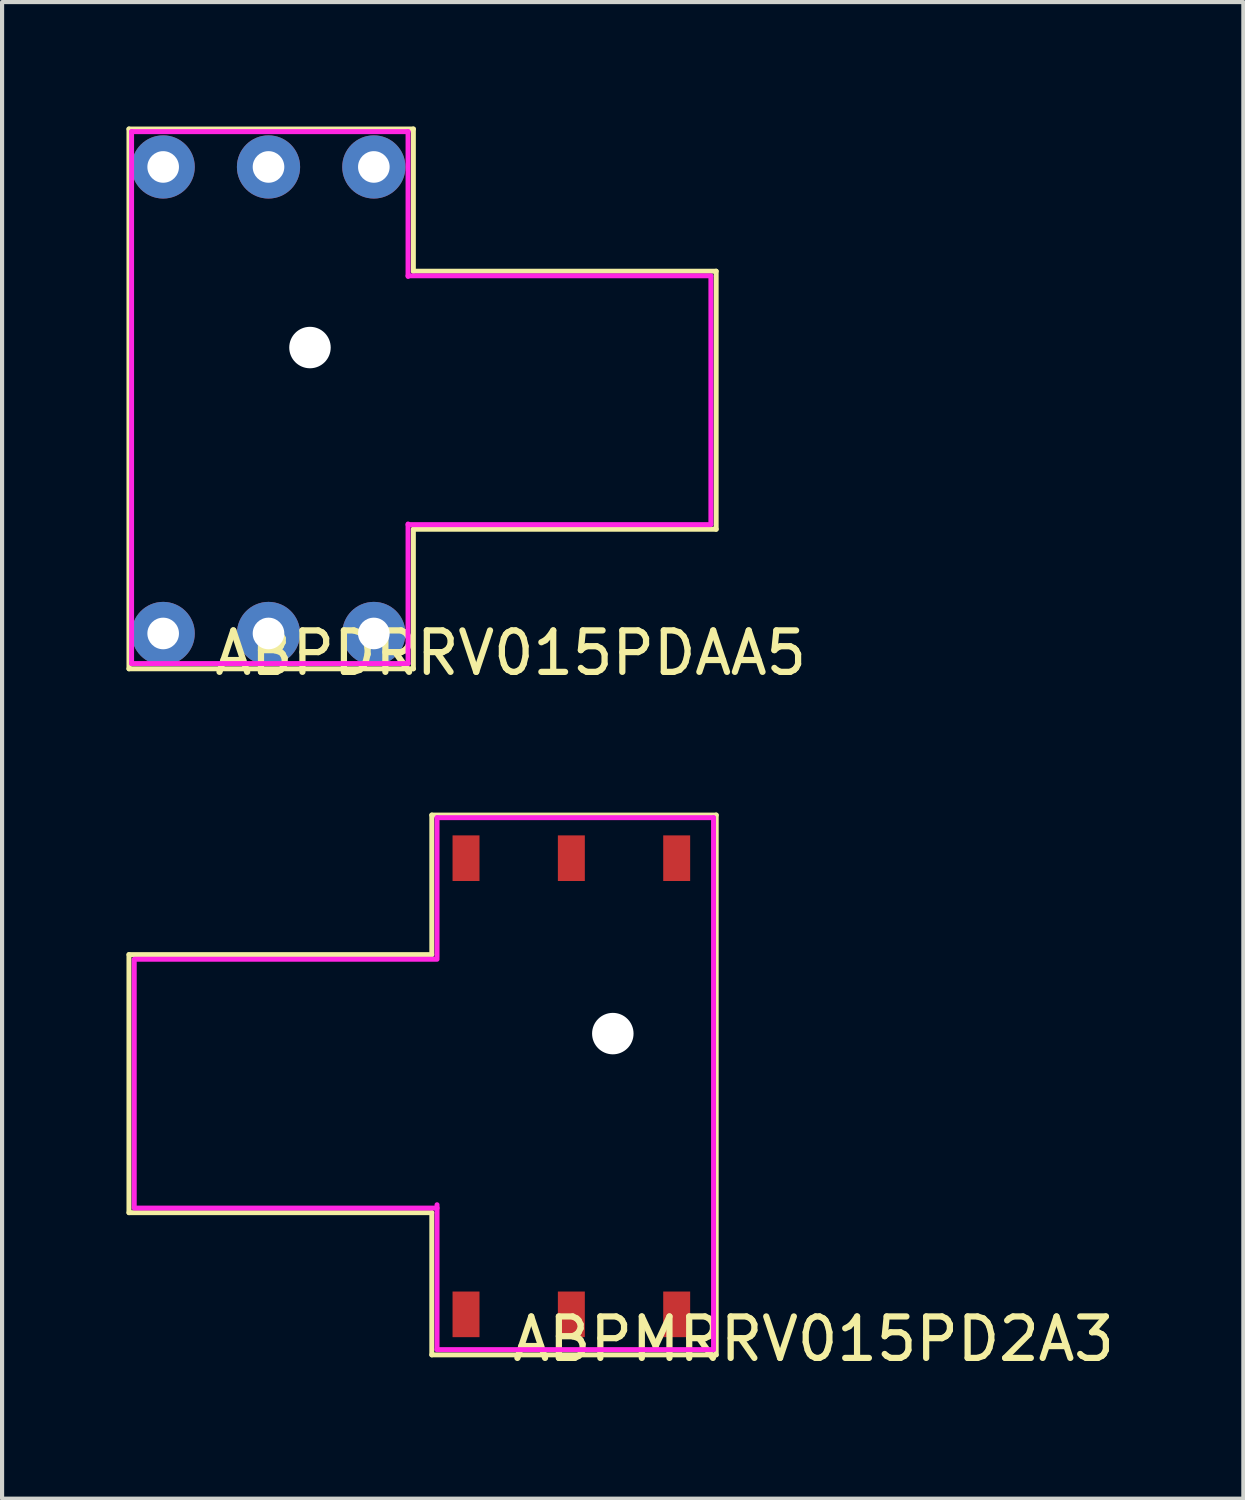
<source format=kicad_pcb>
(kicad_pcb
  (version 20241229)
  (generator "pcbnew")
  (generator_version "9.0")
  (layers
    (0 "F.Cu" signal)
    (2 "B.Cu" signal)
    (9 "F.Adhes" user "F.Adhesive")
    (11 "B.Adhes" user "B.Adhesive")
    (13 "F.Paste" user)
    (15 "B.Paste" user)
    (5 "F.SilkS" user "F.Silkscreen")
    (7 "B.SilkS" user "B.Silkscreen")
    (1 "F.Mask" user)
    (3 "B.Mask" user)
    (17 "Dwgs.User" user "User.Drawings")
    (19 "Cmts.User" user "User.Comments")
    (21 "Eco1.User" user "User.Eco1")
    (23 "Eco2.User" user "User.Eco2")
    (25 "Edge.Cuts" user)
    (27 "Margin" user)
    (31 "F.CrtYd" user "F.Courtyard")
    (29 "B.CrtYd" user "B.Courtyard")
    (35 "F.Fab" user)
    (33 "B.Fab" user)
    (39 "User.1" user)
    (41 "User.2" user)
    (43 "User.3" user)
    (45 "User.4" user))
  (footprint "ABPDRRV015PDAA5"
    (layer "F.Cu")
    (at 3.425 6.601)
    (property "Reference" "ABPDRRV015PDAA5" (at 5.842 6.096 0) (layer "F.SilkS") (effects (font (size 1 1) (thickness 0.15))))
    (attr through_hole)
    (fp_line (start -3.365 -6.54) (end 3.493 -6.54) (stroke (width 0.12) (type solid)) (layer "F.SilkS"))
    (fp_line (start -3.365 6.477) (end -3.365 -6.54) (stroke (width 0.12) (type solid)) (layer "F.SilkS"))
    (fp_line (start 3.493 -6.54) (end 3.493 -3.111) (stroke (width 0.12) (type solid)) (layer "F.SilkS"))
    (fp_line (start 3.493 -3.111) (end 10.795 -3.111) (stroke (width 0.12) (type solid)) (layer "F.SilkS"))
    (fp_line (start 3.493 3.111) (end 3.493 6.477) (stroke (width 0.12) (type solid)) (layer "F.SilkS"))
    (fp_line (start 3.493 6.477) (end -3.365 6.477) (stroke (width 0.12) (type solid)) (layer "F.SilkS"))
    (fp_line (start 10.795 -3.111) (end 10.795 3.111) (stroke (width 0.12) (type solid)) (layer "F.SilkS"))
    (fp_line (start 10.795 3.111) (end 3.493 3.111) (stroke (width 0.12) (type solid)) (layer "F.SilkS"))
    (fp_line (start -3.302 -6.477) (end 3.365 -6.477) (stroke (width 0.12) (type solid)) (layer "F.CrtYd"))
    (fp_line (start -3.302 6.35) (end -3.302 -6.477) (stroke (width 0.12) (type solid)) (layer "F.CrtYd"))
    (fp_line (start 3.365 -6.477) (end 3.365 -2.985) (stroke (width 0.12) (type solid)) (layer "F.CrtYd"))
    (fp_line (start 3.365 -3) (end 10.668 -3) (stroke (width 0.12) (type solid)) (layer "F.CrtYd"))
    (fp_line (start 3.365 2.985) (end 3.365 6.35) (stroke (width 0.12) (type solid)) (layer "F.CrtYd"))
    (fp_line (start 3.365 6.35) (end -3.302 6.35) (stroke (width 0.12) (type solid)) (layer "F.CrtYd"))
    (fp_line (start 10.668 -2.985) (end 10.668 2.985) (stroke (width 0.12) (type solid)) (layer "F.CrtYd"))
    (fp_line (start 10.668 3) (end 3.365 3) (stroke (width 0.12) (type solid)) (layer "F.CrtYd"))
    (pad "" np_thru_hole circle (at 1 -1.27) (size 1 1) (drill 1) (layers "*.Cu" "*.Mask"))
    (pad "1" thru_hole circle (at -2.54 5.625) (size 1.524 1.524) (drill 0.762) (layers "*.Cu" "*.Mask"))
    (pad "2" thru_hole circle (at 0 5.625) (size 1.524 1.524) (drill 0.762) (layers "*.Cu" "*.Mask"))
    (pad "3" thru_hole circle (at 2.54 5.625) (size 1.524 1.524) (drill 0.762) (layers "*.Cu" "*.Mask"))
    (pad "4" thru_hole circle (at 2.54 -5.625) (size 1.524 1.524) (drill 0.762) (layers "*.Cu" "*.Mask"))
    (pad "5" thru_hole circle (at 0 -5.625) (size 1.524 1.524) (drill 0.762) (layers "*.Cu" "*.Mask"))
    (pad "6" thru_hole circle (at -2.54 -5.625) (size 1.524 1.524) (drill 0.762) (layers "*.Cu" "*.Mask")))
  (footprint "ABPMRRV015PD2A3"
    (layer "F.Cu")
    (at 10.728 23.145)
    (property "Reference" "ABPMRRV015PD2A3" (at 5.842 6.096 0) (layer "F.SilkS") (effects (font (size 1 1) (thickness 0.15))))
    (attr through_hole)
    (fp_line (start -10.668 -3.175) (end -3.365 -3.175) (stroke (width 0.12) (type solid)) (layer "F.SilkS"))
    (fp_line (start -10.668 3.048) (end -10.668 -3.175) (stroke (width 0.12) (type solid)) (layer "F.SilkS"))
    (fp_line (start -3.365 -6.54) (end 3.493 -6.54) (stroke (width 0.12) (type solid)) (layer "F.SilkS"))
    (fp_line (start -3.365 -3.175) (end -3.365 -6.54) (stroke (width 0.12) (type solid)) (layer "F.SilkS"))
    (fp_line (start -3.365 3.048) (end -10.668 3.048) (stroke (width 0.12) (type solid)) (layer "F.SilkS"))
    (fp_line (start -3.365 6.477) (end -3.365 3.048) (stroke (width 0.12) (type solid)) (layer "F.SilkS"))
    (fp_line (start 3.493 -6.54) (end 3.493 6.477) (stroke (width 0.12) (type solid)) (layer "F.SilkS"))
    (fp_line (start 3.493 6.477) (end -3.365 6.477) (stroke (width 0.12) (type solid)) (layer "F.SilkS"))
    (fp_line (start -10.541 -3.063) (end -3.239 -3.063) (stroke (width 0.12) (type solid)) (layer "F.CrtYd"))
    (fp_line (start -10.541 2.921) (end -10.541 -3.048) (stroke (width 0.12) (type solid)) (layer "F.CrtYd"))
    (fp_line (start -3.239 -6.477) (end 3.429 -6.477) (stroke (width 0.12) (type solid)) (layer "F.CrtYd"))
    (fp_line (start -3.239 -3.111) (end -3.239 -6.477) (stroke (width 0.12) (type solid)) (layer "F.CrtYd"))
    (fp_line (start -3.239 2.937) (end -10.541 2.937) (stroke (width 0.12) (type solid)) (layer "F.CrtYd"))
    (fp_line (start -3.239 6.35) (end -3.239 2.857) (stroke (width 0.12) (type solid)) (layer "F.CrtYd"))
    (fp_line (start 3.429 -6.477) (end 3.429 6.35) (stroke (width 0.12) (type solid)) (layer "F.CrtYd"))
    (fp_line (start 3.429 6.35) (end -3.239 6.35) (stroke (width 0.12) (type solid)) (layer "F.CrtYd"))
    (pad "" np_thru_hole circle (at 1 -1.27) (size 1 1) (drill 1) (layers "*.Cu" "*.Mask"))
    (pad "1" smd rect (at 2.54 5.5) (size 0.65 1.1) (layers "F.Cu" "F.Mask" "F.Paste"))
    (pad "2" smd rect (at 0 5.5) (size 0.65 1.1) (layers "F.Cu" "F.Mask" "F.Paste"))
    (pad "3" smd rect (at -2.54 5.5) (size 0.65 1.1) (layers "F.Cu" "F.Mask" "F.Paste"))
    (pad "4" smd rect (at -2.54 -5.5) (size 0.65 1.1) (layers "F.Cu" "F.Mask" "F.Paste"))
    (pad "5" smd rect (at 0 -5.5) (size 0.65 1.1) (layers "F.Cu" "F.Mask" "F.Paste"))
    (pad "6" smd rect (at 2.54 -5.5) (size 0.65 1.1) (layers "F.Cu" "F.Mask" "F.Paste")))
  (gr_rect
    (start -3 -3)
    (end 26.933 33.09)
    (stroke (width 0.1) (type default))
    (fill no)
    (layer "Edge.Cuts")))
</source>
